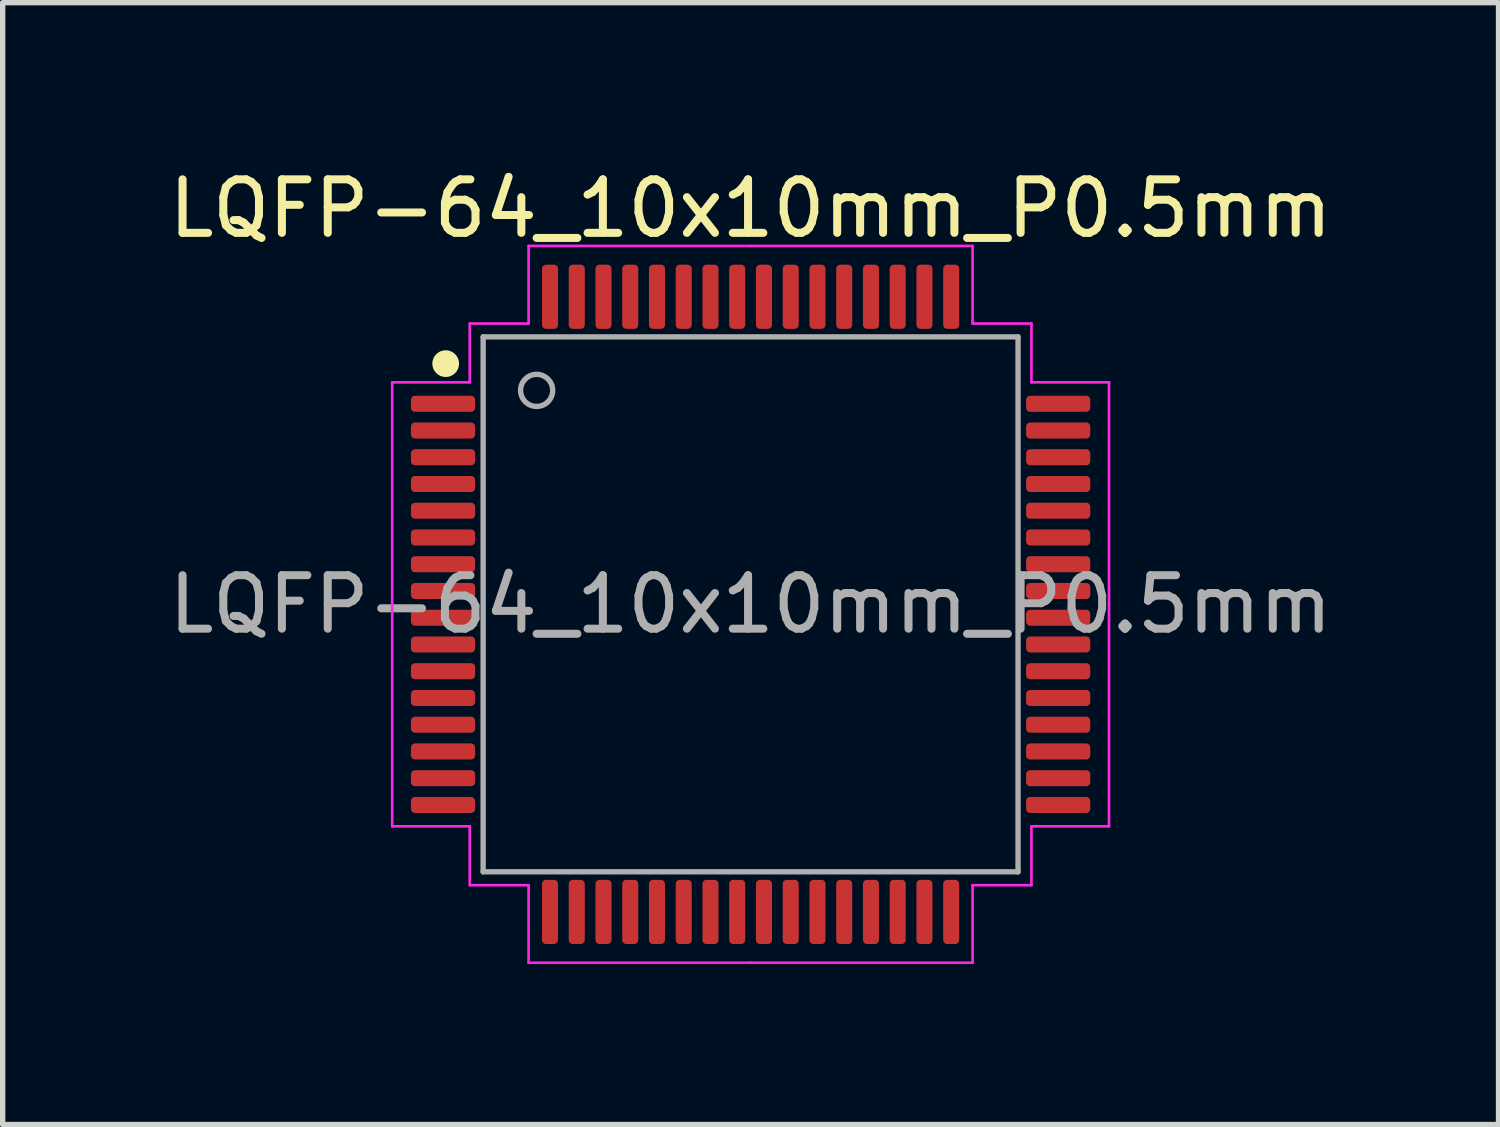
<source format=kicad_pcb>
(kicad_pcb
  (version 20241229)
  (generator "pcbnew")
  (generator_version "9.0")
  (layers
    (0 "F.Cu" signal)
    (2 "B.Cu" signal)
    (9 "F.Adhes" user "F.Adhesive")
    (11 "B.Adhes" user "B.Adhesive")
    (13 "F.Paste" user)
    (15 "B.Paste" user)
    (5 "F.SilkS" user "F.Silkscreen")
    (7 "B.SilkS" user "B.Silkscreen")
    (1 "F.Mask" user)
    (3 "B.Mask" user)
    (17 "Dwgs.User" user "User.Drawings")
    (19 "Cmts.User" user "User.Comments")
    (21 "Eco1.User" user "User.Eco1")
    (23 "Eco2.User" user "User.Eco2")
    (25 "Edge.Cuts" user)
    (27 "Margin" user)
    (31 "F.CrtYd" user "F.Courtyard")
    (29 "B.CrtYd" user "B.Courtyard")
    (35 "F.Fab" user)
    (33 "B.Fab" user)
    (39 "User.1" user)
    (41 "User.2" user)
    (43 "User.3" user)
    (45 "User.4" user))
  (footprint "LQFP-64_10x10mm_P0.5mm"
    (layer "F.Cu")
    (at 10.982 8.248)
    (property "Reference" "LQFP-64_10x10mm_P0.5mm" (at 0 -7.4 0) (layer "F.SilkS") (effects (font (size 1 1) (thickness 0.15))))
    (attr smd)
    (fp_circle (center -5.7 -4.5) (end -5.5 -4.5) (stroke (width 0.1) (type solid)) (fill yes) (layer "F.SilkS"))
    (fp_line (start -6.7 -4.15) (end -6.7 0) (stroke (width 0.05) (type solid)) (layer "F.CrtYd"))
    (fp_line (start -6.7 4.15) (end -6.7 0) (stroke (width 0.05) (type solid)) (layer "F.CrtYd"))
    (fp_line (start -5.25 -5.25) (end -5.25 -4.15) (stroke (width 0.05) (type solid)) (layer "F.CrtYd"))
    (fp_line (start -5.25 -4.15) (end -6.7 -4.15) (stroke (width 0.05) (type solid)) (layer "F.CrtYd"))
    (fp_line (start -5.25 4.15) (end -6.7 4.15) (stroke (width 0.05) (type solid)) (layer "F.CrtYd"))
    (fp_line (start -5.25 5.25) (end -5.25 4.15) (stroke (width 0.05) (type solid)) (layer "F.CrtYd"))
    (fp_line (start -4.15 -6.7) (end -4.15 -5.25) (stroke (width 0.05) (type solid)) (layer "F.CrtYd"))
    (fp_line (start -4.15 -5.25) (end -5.25 -5.25) (stroke (width 0.05) (type solid)) (layer "F.CrtYd"))
    (fp_line (start -4.15 5.25) (end -5.25 5.25) (stroke (width 0.05) (type solid)) (layer "F.CrtYd"))
    (fp_line (start -4.15 6.7) (end -4.15 5.25) (stroke (width 0.05) (type solid)) (layer "F.CrtYd"))
    (fp_line (start 0 -6.7) (end -4.15 -6.7) (stroke (width 0.05) (type solid)) (layer "F.CrtYd"))
    (fp_line (start 0 -6.7) (end 4.15 -6.7) (stroke (width 0.05) (type solid)) (layer "F.CrtYd"))
    (fp_line (start 0 6.7) (end -4.15 6.7) (stroke (width 0.05) (type solid)) (layer "F.CrtYd"))
    (fp_line (start 0 6.7) (end 4.15 6.7) (stroke (width 0.05) (type solid)) (layer "F.CrtYd"))
    (fp_line (start 4.15 -6.7) (end 4.15 -5.25) (stroke (width 0.05) (type solid)) (layer "F.CrtYd"))
    (fp_line (start 4.15 -5.25) (end 5.25 -5.25) (stroke (width 0.05) (type solid)) (layer "F.CrtYd"))
    (fp_line (start 4.15 5.25) (end 5.25 5.25) (stroke (width 0.05) (type solid)) (layer "F.CrtYd"))
    (fp_line (start 4.15 6.7) (end 4.15 5.25) (stroke (width 0.05) (type solid)) (layer "F.CrtYd"))
    (fp_line (start 5.25 -5.25) (end 5.25 -4.15) (stroke (width 0.05) (type solid)) (layer "F.CrtYd"))
    (fp_line (start 5.25 -4.15) (end 6.7 -4.15) (stroke (width 0.05) (type solid)) (layer "F.CrtYd"))
    (fp_line (start 5.25 4.15) (end 6.7 4.15) (stroke (width 0.05) (type solid)) (layer "F.CrtYd"))
    (fp_line (start 5.25 5.25) (end 5.25 4.15) (stroke (width 0.05) (type solid)) (layer "F.CrtYd"))
    (fp_line (start 6.7 -4.15) (end 6.7 0) (stroke (width 0.05) (type solid)) (layer "F.CrtYd"))
    (fp_line (start 6.7 4.15) (end 6.7 0) (stroke (width 0.05) (type solid)) (layer "F.CrtYd"))
    (fp_line (start -5 -5) (end 5 -5) (stroke (width 0.1) (type solid)) (layer "F.Fab"))
    (fp_line (start -5 5) (end -5 -5) (stroke (width 0.1) (type solid)) (layer "F.Fab"))
    (fp_line (start 5 -5) (end 5 5) (stroke (width 0.1) (type solid)) (layer "F.Fab"))
    (fp_line (start 5 5) (end -5 5) (stroke (width 0.1) (type solid)) (layer "F.Fab"))
    (fp_circle (center -4 -4) (end -3.7 -4) (stroke (width 0.1) (type solid)) (fill no) (layer "F.Fab"))
    (fp_text user "${REFERENCE}" (at 0 0 0) (layer "F.Fab") (effects (font (size 1 1) (thickness 0.15))))
    (pad "1" smd roundrect (at -5.75 -3.75) (size 1.2 0.3) (layers "F.Cu" "F.Mask" "F.Paste") (roundrect_rratio 0.25))
    (pad "2" smd roundrect (at -5.75 -3.25) (size 1.2 0.3) (layers "F.Cu" "F.Mask" "F.Paste") (roundrect_rratio 0.25))
    (pad "3" smd roundrect (at -5.75 -2.75) (size 1.2 0.3) (layers "F.Cu" "F.Mask" "F.Paste") (roundrect_rratio 0.25))
    (pad "4" smd roundrect (at -5.75 -2.25) (size 1.2 0.3) (layers "F.Cu" "F.Mask" "F.Paste") (roundrect_rratio 0.25))
    (pad "5" smd roundrect (at -5.75 -1.75) (size 1.2 0.3) (layers "F.Cu" "F.Mask" "F.Paste") (roundrect_rratio 0.25))
    (pad "6" smd roundrect (at -5.75 -1.25) (size 1.2 0.3) (layers "F.Cu" "F.Mask" "F.Paste") (roundrect_rratio 0.25))
    (pad "7" smd roundrect (at -5.75 -0.75) (size 1.2 0.3) (layers "F.Cu" "F.Mask" "F.Paste") (roundrect_rratio 0.25))
    (pad "8" smd roundrect (at -5.75 -0.25) (size 1.2 0.3) (layers "F.Cu" "F.Mask" "F.Paste") (roundrect_rratio 0.25))
    (pad "9" smd roundrect (at -5.75 0.25) (size 1.2 0.3) (layers "F.Cu" "F.Mask" "F.Paste") (roundrect_rratio 0.25))
    (pad "10" smd roundrect (at -5.75 0.75) (size 1.2 0.3) (layers "F.Cu" "F.Mask" "F.Paste") (roundrect_rratio 0.25))
    (pad "11" smd roundrect (at -5.75 1.25) (size 1.2 0.3) (layers "F.Cu" "F.Mask" "F.Paste") (roundrect_rratio 0.25))
    (pad "12" smd roundrect (at -5.75 1.75) (size 1.2 0.3) (layers "F.Cu" "F.Mask" "F.Paste") (roundrect_rratio 0.25))
    (pad "13" smd roundrect (at -5.75 2.25) (size 1.2 0.3) (layers "F.Cu" "F.Mask" "F.Paste") (roundrect_rratio 0.25))
    (pad "14" smd roundrect (at -5.75 2.75) (size 1.2 0.3) (layers "F.Cu" "F.Mask" "F.Paste") (roundrect_rratio 0.25))
    (pad "15" smd roundrect (at -5.75 3.25) (size 1.2 0.3) (layers "F.Cu" "F.Mask" "F.Paste") (roundrect_rratio 0.25))
    (pad "16" smd roundrect (at -5.75 3.75) (size 1.2 0.3) (layers "F.Cu" "F.Mask" "F.Paste") (roundrect_rratio 0.25))
    (pad "17" smd roundrect (at -3.75 5.75) (size 0.3 1.2) (layers "F.Cu" "F.Mask" "F.Paste") (roundrect_rratio 0.25))
    (pad "18" smd roundrect (at -3.25 5.75) (size 0.3 1.2) (layers "F.Cu" "F.Mask" "F.Paste") (roundrect_rratio 0.25))
    (pad "19" smd roundrect (at -2.75 5.75) (size 0.3 1.2) (layers "F.Cu" "F.Mask" "F.Paste") (roundrect_rratio 0.25))
    (pad "20" smd roundrect (at -2.25 5.75) (size 0.3 1.2) (layers "F.Cu" "F.Mask" "F.Paste") (roundrect_rratio 0.25))
    (pad "21" smd roundrect (at -1.75 5.75) (size 0.3 1.2) (layers "F.Cu" "F.Mask" "F.Paste") (roundrect_rratio 0.25))
    (pad "22" smd roundrect (at -1.25 5.75) (size 0.3 1.2) (layers "F.Cu" "F.Mask" "F.Paste") (roundrect_rratio 0.25))
    (pad "23" smd roundrect (at -0.75 5.75) (size 0.3 1.2) (layers "F.Cu" "F.Mask" "F.Paste") (roundrect_rratio 0.25))
    (pad "24" smd roundrect (at -0.25 5.75) (size 0.3 1.2) (layers "F.Cu" "F.Mask" "F.Paste") (roundrect_rratio 0.25))
    (pad "25" smd roundrect (at 0.25 5.75) (size 0.3 1.2) (layers "F.Cu" "F.Mask" "F.Paste") (roundrect_rratio 0.25))
    (pad "26" smd roundrect (at 0.75 5.75) (size 0.3 1.2) (layers "F.Cu" "F.Mask" "F.Paste") (roundrect_rratio 0.25))
    (pad "27" smd roundrect (at 1.25 5.75) (size 0.3 1.2) (layers "F.Cu" "F.Mask" "F.Paste") (roundrect_rratio 0.25))
    (pad "28" smd roundrect (at 1.75 5.75) (size 0.3 1.2) (layers "F.Cu" "F.Mask" "F.Paste") (roundrect_rratio 0.25))
    (pad "29" smd roundrect (at 2.25 5.75) (size 0.3 1.2) (layers "F.Cu" "F.Mask" "F.Paste") (roundrect_rratio 0.25))
    (pad "30" smd roundrect (at 2.75 5.75) (size 0.3 1.2) (layers "F.Cu" "F.Mask" "F.Paste") (roundrect_rratio 0.25))
    (pad "31" smd roundrect (at 3.25 5.75) (size 0.3 1.2) (layers "F.Cu" "F.Mask" "F.Paste") (roundrect_rratio 0.25))
    (pad "32" smd roundrect (at 3.75 5.75) (size 0.3 1.2) (layers "F.Cu" "F.Mask" "F.Paste") (roundrect_rratio 0.25))
    (pad "33" smd roundrect (at 5.75 3.75) (size 1.2 0.3) (layers "F.Cu" "F.Mask" "F.Paste") (roundrect_rratio 0.25))
    (pad "34" smd roundrect (at 5.75 3.25) (size 1.2 0.3) (layers "F.Cu" "F.Mask" "F.Paste") (roundrect_rratio 0.25))
    (pad "35" smd roundrect (at 5.75 2.75) (size 1.2 0.3) (layers "F.Cu" "F.Mask" "F.Paste") (roundrect_rratio 0.25))
    (pad "36" smd roundrect (at 5.75 2.25) (size 1.2 0.3) (layers "F.Cu" "F.Mask" "F.Paste") (roundrect_rratio 0.25))
    (pad "37" smd roundrect (at 5.75 1.75) (size 1.2 0.3) (layers "F.Cu" "F.Mask" "F.Paste") (roundrect_rratio 0.25))
    (pad "38" smd roundrect (at 5.75 1.25) (size 1.2 0.3) (layers "F.Cu" "F.Mask" "F.Paste") (roundrect_rratio 0.25))
    (pad "39" smd roundrect (at 5.75 0.75) (size 1.2 0.3) (layers "F.Cu" "F.Mask" "F.Paste") (roundrect_rratio 0.25))
    (pad "40" smd roundrect (at 5.75 0.25) (size 1.2 0.3) (layers "F.Cu" "F.Mask" "F.Paste") (roundrect_rratio 0.25))
    (pad "41" smd roundrect (at 5.75 -0.25) (size 1.2 0.3) (layers "F.Cu" "F.Mask" "F.Paste") (roundrect_rratio 0.25))
    (pad "42" smd roundrect (at 5.75 -0.75) (size 1.2 0.3) (layers "F.Cu" "F.Mask" "F.Paste") (roundrect_rratio 0.25))
    (pad "43" smd roundrect (at 5.75 -1.25) (size 1.2 0.3) (layers "F.Cu" "F.Mask" "F.Paste") (roundrect_rratio 0.25))
    (pad "44" smd roundrect (at 5.75 -1.75) (size 1.2 0.3) (layers "F.Cu" "F.Mask" "F.Paste") (roundrect_rratio 0.25))
    (pad "45" smd roundrect (at 5.75 -2.25) (size 1.2 0.3) (layers "F.Cu" "F.Mask" "F.Paste") (roundrect_rratio 0.25))
    (pad "46" smd roundrect (at 5.75 -2.75) (size 1.2 0.3) (layers "F.Cu" "F.Mask" "F.Paste") (roundrect_rratio 0.25))
    (pad "47" smd roundrect (at 5.75 -3.25) (size 1.2 0.3) (layers "F.Cu" "F.Mask" "F.Paste") (roundrect_rratio 0.25))
    (pad "48" smd roundrect (at 5.75 -3.75) (size 1.2 0.3) (layers "F.Cu" "F.Mask" "F.Paste") (roundrect_rratio 0.25))
    (pad "49" smd roundrect (at 3.75 -5.75) (size 0.3 1.2) (layers "F.Cu" "F.Mask" "F.Paste") (roundrect_rratio 0.25))
    (pad "50" smd roundrect (at 3.25 -5.75) (size 0.3 1.2) (layers "F.Cu" "F.Mask" "F.Paste") (roundrect_rratio 0.25))
    (pad "51" smd roundrect (at 2.75 -5.75) (size 0.3 1.2) (layers "F.Cu" "F.Mask" "F.Paste") (roundrect_rratio 0.25))
    (pad "52" smd roundrect (at 2.25 -5.75) (size 0.3 1.2) (layers "F.Cu" "F.Mask" "F.Paste") (roundrect_rratio 0.25))
    (pad "53" smd roundrect (at 1.75 -5.75) (size 0.3 1.2) (layers "F.Cu" "F.Mask" "F.Paste") (roundrect_rratio 0.25))
    (pad "54" smd roundrect (at 1.25 -5.75) (size 0.3 1.2) (layers "F.Cu" "F.Mask" "F.Paste") (roundrect_rratio 0.25))
    (pad "55" smd roundrect (at 0.75 -5.75) (size 0.3 1.2) (layers "F.Cu" "F.Mask" "F.Paste") (roundrect_rratio 0.25))
    (pad "56" smd roundrect (at 0.25 -5.75) (size 0.3 1.2) (layers "F.Cu" "F.Mask" "F.Paste") (roundrect_rratio 0.25))
    (pad "57" smd roundrect (at -0.25 -5.75) (size 0.3 1.2) (layers "F.Cu" "F.Mask" "F.Paste") (roundrect_rratio 0.25))
    (pad "58" smd roundrect (at -0.75 -5.75) (size 0.3 1.2) (layers "F.Cu" "F.Mask" "F.Paste") (roundrect_rratio 0.25))
    (pad "59" smd roundrect (at -1.25 -5.75) (size 0.3 1.2) (layers "F.Cu" "F.Mask" "F.Paste") (roundrect_rratio 0.25))
    (pad "60" smd roundrect (at -1.75 -5.75) (size 0.3 1.2) (layers "F.Cu" "F.Mask" "F.Paste") (roundrect_rratio 0.25))
    (pad "61" smd roundrect (at -2.25 -5.75) (size 0.3 1.2) (layers "F.Cu" "F.Mask" "F.Paste") (roundrect_rratio 0.25))
    (pad "62" smd roundrect (at -2.75 -5.75) (size 0.3 1.2) (layers "F.Cu" "F.Mask" "F.Paste") (roundrect_rratio 0.25))
    (pad "63" smd roundrect (at -3.25 -5.75) (size 0.3 1.2) (layers "F.Cu" "F.Mask" "F.Paste") (roundrect_rratio 0.25))
    (pad "64" smd roundrect (at -3.75 -5.75) (size 0.3 1.2) (layers "F.Cu" "F.Mask" "F.Paste") (roundrect_rratio 0.25)))
  (gr_rect
    (start -3 -3)
    (end 24.964 17.973)
    (stroke (width 0.1) (type default))
    (fill no)
    (layer "Edge.Cuts")))
</source>
